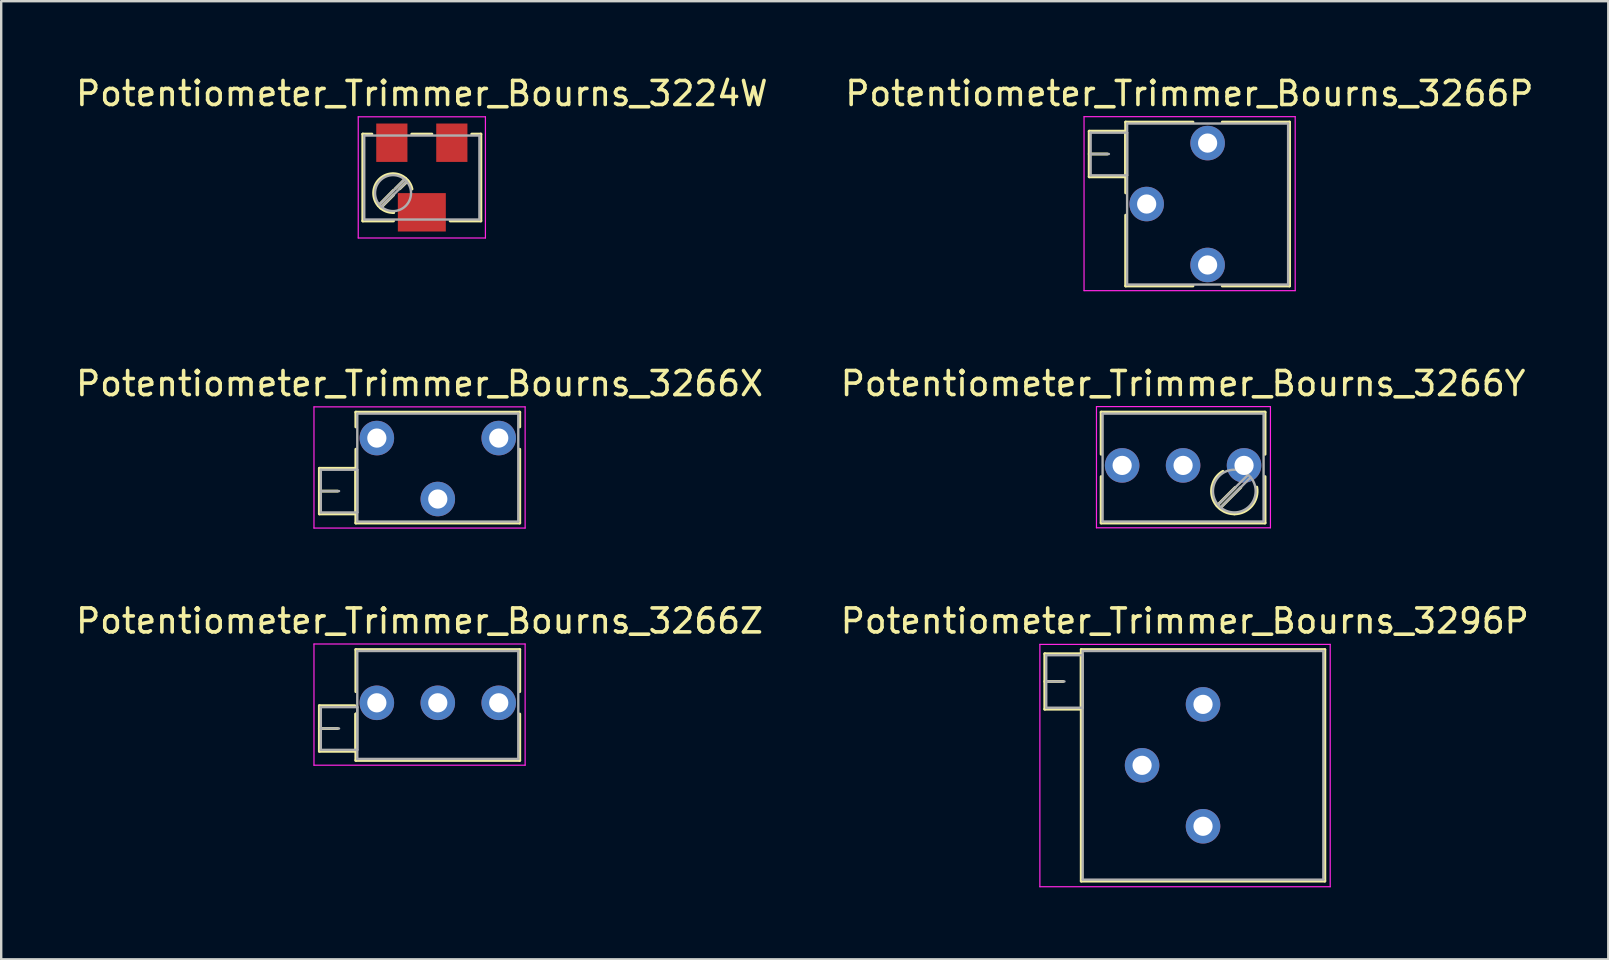
<source format=kicad_pcb>
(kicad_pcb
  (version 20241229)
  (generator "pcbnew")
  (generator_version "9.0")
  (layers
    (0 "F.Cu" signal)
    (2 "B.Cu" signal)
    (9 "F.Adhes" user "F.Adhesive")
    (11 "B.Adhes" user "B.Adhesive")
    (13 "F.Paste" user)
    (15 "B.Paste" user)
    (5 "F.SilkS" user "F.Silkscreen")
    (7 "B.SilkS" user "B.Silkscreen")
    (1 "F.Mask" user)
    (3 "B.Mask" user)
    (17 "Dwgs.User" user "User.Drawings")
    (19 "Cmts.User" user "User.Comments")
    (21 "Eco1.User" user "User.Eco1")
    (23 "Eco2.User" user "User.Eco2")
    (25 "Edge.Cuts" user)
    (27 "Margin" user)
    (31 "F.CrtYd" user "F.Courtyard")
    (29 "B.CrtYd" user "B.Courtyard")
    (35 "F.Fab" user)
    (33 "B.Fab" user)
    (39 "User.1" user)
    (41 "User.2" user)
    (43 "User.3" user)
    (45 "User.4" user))
  (footprint "Potentiometer_Trimmer_Bourns_3266Z"
    (layer "F.Cu")
    (at 17.735 26.24)
    (property "Reference" "Potentiometer_Trimmer_Bourns_3266Z" (at -3.3 -3.41 0) (layer "F.SilkS") (effects (font (size 1 1) (thickness 0.15))))
    (attr through_hole)
    (fp_line (start -7.475 0.12) (end -7.475 2.02) (stroke (width 0.12) (type solid)) (layer "F.SilkS"))
    (fp_line (start -7.475 0.12) (end -5.996 0.12) (stroke (width 0.12) (type solid)) (layer "F.SilkS"))
    (fp_line (start -7.475 1.07) (end -6.715 1.07) (stroke (width 0.12) (type solid)) (layer "F.SilkS"))
    (fp_line (start -7.475 2.02) (end -5.956 2.02) (stroke (width 0.12) (type solid)) (layer "F.SilkS"))
    (fp_line (start -5.956 0.466) (end -5.956 2.02) (stroke (width 0.12) (type solid)) (layer "F.SilkS"))
    (fp_line (start -5.955 -2.22) (end -5.955 -0.465) (stroke (width 0.12) (type solid)) (layer "F.SilkS"))
    (fp_line (start -5.955 -2.22) (end 0.875 -2.22) (stroke (width 0.12) (type solid)) (layer "F.SilkS"))
    (fp_line (start -5.955 0.466) (end -5.955 2.4) (stroke (width 0.12) (type solid)) (layer "F.SilkS"))
    (fp_line (start -5.955 2.4) (end 0.875 2.4) (stroke (width 0.12) (type solid)) (layer "F.SilkS"))
    (fp_line (start 0.875 -2.22) (end 0.875 -0.465) (stroke (width 0.12) (type solid)) (layer "F.SilkS"))
    (fp_line (start 0.875 0.466) (end 0.875 2.4) (stroke (width 0.12) (type solid)) (layer "F.SilkS"))
    (fp_line (start -7.7 -2.45) (end -7.7 2.6) (stroke (width 0.05) (type solid)) (layer "F.CrtYd"))
    (fp_line (start -7.7 2.6) (end 1.1 2.6) (stroke (width 0.05) (type solid)) (layer "F.CrtYd"))
    (fp_line (start 1.1 -2.45) (end -7.7 -2.45) (stroke (width 0.05) (type solid)) (layer "F.CrtYd"))
    (fp_line (start 1.1 2.6) (end 1.1 -2.45) (stroke (width 0.05) (type solid)) (layer "F.CrtYd"))
    (fp_line (start -7.415 0.18) (end -7.415 1.96) (stroke (width 0.1) (type solid)) (layer "F.Fab"))
    (fp_line (start -7.415 1.07) (end -6.655 1.07) (stroke (width 0.1) (type solid)) (layer "F.Fab"))
    (fp_line (start -7.415 1.96) (end -5.895 1.96) (stroke (width 0.1) (type solid)) (layer "F.Fab"))
    (fp_line (start -5.895 -2.16) (end -5.895 2.34) (stroke (width 0.1) (type solid)) (layer "F.Fab"))
    (fp_line (start -5.895 0.18) (end -7.415 0.18) (stroke (width 0.1) (type solid)) (layer "F.Fab"))
    (fp_line (start -5.895 1.96) (end -5.895 0.18) (stroke (width 0.1) (type solid)) (layer "F.Fab"))
    (fp_line (start -5.895 2.34) (end 0.815 2.34) (stroke (width 0.1) (type solid)) (layer "F.Fab"))
    (fp_line (start 0.815 -2.16) (end -5.895 -2.16) (stroke (width 0.1) (type solid)) (layer "F.Fab"))
    (fp_line (start 0.815 2.34) (end 0.815 -2.16) (stroke (width 0.1) (type solid)) (layer "F.Fab"))
    (pad "1" thru_hole circle (at 0 0) (size 1.44 1.44) (drill 0.8) (layers "*.Cu" "*.Mask"))
    (pad "2" thru_hole circle (at -2.54 0) (size 1.44 1.44) (drill 0.8) (layers "*.Cu" "*.Mask"))
    (pad "3" thru_hole circle (at -5.08 0) (size 1.44 1.44) (drill 0.8) (layers "*.Cu" "*.Mask")))
  (footprint "Potentiometer_Trimmer_Bourns_3266Y"
    (layer "F.Cu")
    (at 48.796 16.346)
    (property "Reference" "Potentiometer_Trimmer_Bourns_3266Y" (at -2.54 -3.41 0) (layer "F.SilkS") (effects (font (size 1 1) (thickness 0.15))))
    (attr through_hole)
    (fp_line (start -5.955 -2.22) (end -5.955 -0.465) (stroke (width 0.12) (type solid)) (layer "F.SilkS"))
    (fp_line (start -5.955 -2.22) (end 0.875 -2.22) (stroke (width 0.12) (type solid)) (layer "F.SilkS"))
    (fp_line (start -5.955 0.466) (end -5.955 2.4) (stroke (width 0.12) (type solid)) (layer "F.SilkS"))
    (fp_line (start -5.955 2.4) (end 0.875 2.4) (stroke (width 0.12) (type solid)) (layer "F.SilkS"))
    (fp_line (start -0.37 0.92) (end -1.125 1.675) (stroke (width 0.12) (type solid)) (layer "F.SilkS"))
    (fp_line (start -0.135 0.916) (end -1.009 1.791) (stroke (width 0.12) (type solid)) (layer "F.SilkS"))
    (fp_line (start 0.875 -2.22) (end 0.875 -0.465) (stroke (width 0.12) (type solid)) (layer "F.SilkS"))
    (fp_line (start 0.875 0.466) (end 0.875 2.4) (stroke (width 0.12) (type solid)) (layer "F.SilkS"))
    (fp_arc (start -0.388944 2.018737) (mid -1.319497 1.323089) (end -0.879 0.248) (stroke (width 0.12) (type solid)) (layer "F.SilkS"))
    (fp_arc (start 0.530567 0.905034) (mid 0.322742 1.680648) (end -0.405 2.02) (stroke (width 0.12) (type solid)) (layer "F.SilkS"))
    (fp_line (start -6.15 -2.45) (end -6.15 2.6) (stroke (width 0.05) (type solid)) (layer "F.CrtYd"))
    (fp_line (start -6.15 2.6) (end 1.1 2.6) (stroke (width 0.05) (type solid)) (layer "F.CrtYd"))
    (fp_line (start 1.1 -2.45) (end -6.15 -2.45) (stroke (width 0.05) (type solid)) (layer "F.CrtYd"))
    (fp_line (start 1.1 2.6) (end 1.1 -2.45) (stroke (width 0.05) (type solid)) (layer "F.CrtYd"))
    (fp_line (start -5.895 -2.16) (end -5.895 2.34) (stroke (width 0.1) (type solid)) (layer "F.Fab"))
    (fp_line (start -5.895 2.34) (end 0.815 2.34) (stroke (width 0.1) (type solid)) (layer "F.Fab"))
    (fp_line (start 0.162 0.396) (end -1.08 1.637) (stroke (width 0.1) (type solid)) (layer "F.Fab"))
    (fp_line (start 0.27 0.504) (end -0.971 1.745) (stroke (width 0.1) (type solid)) (layer "F.Fab"))
    (fp_line (start 0.815 -2.16) (end -5.895 -2.16) (stroke (width 0.1) (type solid)) (layer "F.Fab"))
    (fp_line (start 0.815 2.34) (end 0.815 -2.16) (stroke (width 0.1) (type solid)) (layer "F.Fab"))
    (fp_circle (center -0.405 1.07) (end 0.485 1.07) (stroke (width 0.1) (type solid)) (fill no) (layer "F.Fab"))
    (pad "1" thru_hole circle (at 0 0) (size 1.44 1.44) (drill 0.8) (layers "*.Cu" "*.Mask"))
    (pad "2" thru_hole circle (at -2.54 0) (size 1.44 1.44) (drill 0.8) (layers "*.Cu" "*.Mask"))
    (pad "3" thru_hole circle (at -5.08 0) (size 1.44 1.44) (drill 0.8) (layers "*.Cu" "*.Mask")))
  (footprint "Potentiometer_Trimmer_Bourns_3296P"
    (layer "F.Cu")
    (at 47.087 26.305)
    (property "Reference" "Potentiometer_Trimmer_Bourns_3296P" (at -0.76 -3.475 0) (layer "F.SilkS") (effects (font (size 1 1) (thickness 0.15))))
    (attr through_hole)
    (fp_line (start -6.595 -2.109) (end -6.595 0.2) (stroke (width 0.12) (type solid)) (layer "F.SilkS"))
    (fp_line (start -6.595 -2.109) (end -5.076 -2.109) (stroke (width 0.12) (type solid)) (layer "F.SilkS"))
    (fp_line (start -6.595 -0.955) (end -5.835 -0.955) (stroke (width 0.12) (type solid)) (layer "F.SilkS"))
    (fp_line (start -6.595 0.2) (end -5.076 0.2) (stroke (width 0.12) (type solid)) (layer "F.SilkS"))
    (fp_line (start -5.076 -2.109) (end -5.076 0.2) (stroke (width 0.12) (type solid)) (layer "F.SilkS"))
    (fp_line (start -5.075 -2.285) (end -5.075 7.365) (stroke (width 0.12) (type solid)) (layer "F.SilkS"))
    (fp_line (start -5.075 -2.285) (end 5.075 -2.285) (stroke (width 0.12) (type solid)) (layer "F.SilkS"))
    (fp_line (start -5.075 7.365) (end 5.075 7.365) (stroke (width 0.12) (type solid)) (layer "F.SilkS"))
    (fp_line (start 5.075 -2.285) (end 5.075 7.365) (stroke (width 0.12) (type solid)) (layer "F.SilkS"))
    (fp_line (start -6.8 -2.5) (end -6.8 7.6) (stroke (width 0.05) (type solid)) (layer "F.CrtYd"))
    (fp_line (start -6.8 7.6) (end 5.3 7.6) (stroke (width 0.05) (type solid)) (layer "F.CrtYd"))
    (fp_line (start 5.3 -2.5) (end -6.8 -2.5) (stroke (width 0.05) (type solid)) (layer "F.CrtYd"))
    (fp_line (start 5.3 7.6) (end 5.3 -2.5) (stroke (width 0.05) (type solid)) (layer "F.CrtYd"))
    (fp_line (start -6.535 -2.05) (end -6.535 0.14) (stroke (width 0.1) (type solid)) (layer "F.Fab"))
    (fp_line (start -6.535 -0.955) (end -5.775 -0.955) (stroke (width 0.1) (type solid)) (layer "F.Fab"))
    (fp_line (start -6.535 0.14) (end -5.015 0.14) (stroke (width 0.1) (type solid)) (layer "F.Fab"))
    (fp_line (start -5.015 -2.225) (end -5.015 7.305) (stroke (width 0.1) (type solid)) (layer "F.Fab"))
    (fp_line (start -5.015 -2.05) (end -6.535 -2.05) (stroke (width 0.1) (type solid)) (layer "F.Fab"))
    (fp_line (start -5.015 0.14) (end -5.015 -2.05) (stroke (width 0.1) (type solid)) (layer "F.Fab"))
    (fp_line (start -5.015 7.305) (end 5.015 7.305) (stroke (width 0.1) (type solid)) (layer "F.Fab"))
    (fp_line (start 5.015 -2.225) (end -5.015 -2.225) (stroke (width 0.1) (type solid)) (layer "F.Fab"))
    (fp_line (start 5.015 7.305) (end 5.015 -2.225) (stroke (width 0.1) (type solid)) (layer "F.Fab"))
    (pad "1" thru_hole circle (at 0 0) (size 1.44 1.44) (drill 0.8) (layers "*.Cu" "*.Mask"))
    (pad "2" thru_hole circle (at -2.54 2.54) (size 1.44 1.44) (drill 0.8) (layers "*.Cu" "*.Mask"))
    (pad "3" thru_hole circle (at 0 5.08) (size 1.44 1.44) (drill 0.8) (layers "*.Cu" "*.Mask")))
  (footprint "Potentiometer_Trimmer_Bourns_3224W"
    (layer "F.Cu")
    (at 14.53 4.348)
    (property "Reference" "Potentiometer_Trimmer_Bourns_3224W" (at 0 -3.5 0) (layer "F.SilkS") (effects (font (size 1 1) (thickness 0.15))))
    (attr smd)
    (fp_line (start -2.46 -1.81) (end -2.46 1.81) (stroke (width 0.12) (type solid)) (layer "F.SilkS"))
    (fp_line (start -2.46 -1.81) (end -2.08 -1.81) (stroke (width 0.12) (type solid)) (layer "F.SilkS"))
    (fp_line (start -2.46 1.81) (end -1.18 1.81) (stroke (width 0.12) (type solid)) (layer "F.SilkS"))
    (fp_line (start -1.18 0.53) (end -1.81 1.17) (stroke (width 0.12) (type solid)) (layer "F.SilkS"))
    (fp_line (start -1.18 0.73) (end -1.72 1.27) (stroke (width 0.12) (type solid)) (layer "F.SilkS"))
    (fp_line (start -0.68 0.04) (end -1.11 0.47) (stroke (width 0.12) (type solid)) (layer "F.SilkS"))
    (fp_line (start -0.58 0.14) (end -0.92 0.47) (stroke (width 0.12) (type solid)) (layer "F.SilkS"))
    (fp_line (start -0.42 -1.81) (end 0.42 -1.81) (stroke (width 0.12) (type solid)) (layer "F.SilkS"))
    (fp_line (start 1.18 1.81) (end 2.46 1.81) (stroke (width 0.12) (type solid)) (layer "F.SilkS"))
    (fp_line (start 2.08 -1.81) (end 2.46 -1.81) (stroke (width 0.12) (type solid)) (layer "F.SilkS"))
    (fp_line (start 2.46 -1.81) (end 2.46 1.81) (stroke (width 0.12) (type solid)) (layer "F.SilkS"))
    (fp_arc (start -1.183862 1.457923) (mid -1.833678 0.14855) (end -0.41 0.48) (stroke (width 0.12) (type solid)) (layer "F.SilkS"))
    (fp_arc (start -1.171731 1.459507) (mid -1.185863 1.459877) (end -1.2 1.46) (stroke (width 0.12) (type solid)) (layer "F.SilkS"))
    (fp_line (start -2.65 -2.53) (end -2.65 2.52) (stroke (width 0.05) (type solid)) (layer "F.CrtYd"))
    (fp_line (start -2.65 2.52) (end 2.65 2.52) (stroke (width 0.05) (type solid)) (layer "F.CrtYd"))
    (fp_line (start 2.65 -2.53) (end -2.65 -2.53) (stroke (width 0.05) (type solid)) (layer "F.CrtYd"))
    (fp_line (start 2.65 2.52) (end 2.65 -2.53) (stroke (width 0.05) (type solid)) (layer "F.CrtYd"))
    (fp_line (start -2.4 -1.75) (end -2.4 1.75) (stroke (width 0.1) (type solid)) (layer "F.Fab"))
    (fp_line (start -2.4 1.75) (end 2.4 1.75) (stroke (width 0.1) (type solid)) (layer "F.Fab"))
    (fp_line (start -0.72 0.08) (end -1.77 1.13) (stroke (width 0.1) (type solid)) (layer "F.Fab"))
    (fp_line (start -0.63 0.17) (end -1.68 1.22) (stroke (width 0.1) (type solid)) (layer "F.Fab"))
    (fp_line (start 2.4 -1.75) (end -2.4 -1.75) (stroke (width 0.1) (type solid)) (layer "F.Fab"))
    (fp_line (start 2.4 1.75) (end 2.4 -1.75) (stroke (width 0.1) (type solid)) (layer "F.Fab"))
    (fp_circle (center -1.2 0.65) (end -0.45 0.65) (stroke (width 0.1) (type solid)) (fill no) (layer "F.Fab"))
    (pad "1" smd rect (at 1.25 -1.45) (size 1.3 1.6) (layers "F.Cu" "F.Mask"))
    (pad "2" smd rect (at 0 1.45) (size 2 1.6) (layers "F.Cu" "F.Mask"))
    (pad "3" smd rect (at -1.25 -1.45) (size 1.3 1.6) (layers "F.Cu" "F.Mask")))
  (footprint "Potentiometer_Trimmer_Bourns_3266P"
    (layer "F.Cu")
    (at 47.278 2.913)
    (property "Reference" "Potentiometer_Trimmer_Bourns_3266P" (at -0.76 -2.065 0) (layer "F.SilkS") (effects (font (size 1 1) (thickness 0.15))))
    (attr through_hole)
    (fp_line (start -4.935 -0.495) (end -4.935 1.405) (stroke (width 0.12) (type solid)) (layer "F.SilkS"))
    (fp_line (start -4.935 -0.495) (end -3.416 -0.495) (stroke (width 0.12) (type solid)) (layer "F.SilkS"))
    (fp_line (start -4.935 0.455) (end -4.175 0.455) (stroke (width 0.12) (type solid)) (layer "F.SilkS"))
    (fp_line (start -4.935 1.405) (end -3.416 1.405) (stroke (width 0.12) (type solid)) (layer "F.SilkS"))
    (fp_line (start -3.416 -0.495) (end -3.416 1.405) (stroke (width 0.12) (type solid)) (layer "F.SilkS"))
    (fp_line (start -3.415 -0.875) (end -3.415 2.075) (stroke (width 0.12) (type solid)) (layer "F.SilkS"))
    (fp_line (start -3.415 -0.875) (end -0.61 -0.875) (stroke (width 0.12) (type solid)) (layer "F.SilkS"))
    (fp_line (start -3.415 3.005) (end -3.415 5.955) (stroke (width 0.12) (type solid)) (layer "F.SilkS"))
    (fp_line (start -3.415 5.955) (end -0.61 5.955) (stroke (width 0.12) (type solid)) (layer "F.SilkS"))
    (fp_line (start 0.611 -0.875) (end 3.415 -0.875) (stroke (width 0.12) (type solid)) (layer "F.SilkS"))
    (fp_line (start 0.611 5.955) (end 3.415 5.955) (stroke (width 0.12) (type solid)) (layer "F.SilkS"))
    (fp_line (start 3.415 -0.875) (end 3.415 5.955) (stroke (width 0.12) (type solid)) (layer "F.SilkS"))
    (fp_line (start -5.15 -1.1) (end -5.15 6.15) (stroke (width 0.05) (type solid)) (layer "F.CrtYd"))
    (fp_line (start -5.15 6.15) (end 3.65 6.15) (stroke (width 0.05) (type solid)) (layer "F.CrtYd"))
    (fp_line (start 3.65 -1.1) (end -5.15 -1.1) (stroke (width 0.05) (type solid)) (layer "F.CrtYd"))
    (fp_line (start 3.65 6.15) (end 3.65 -1.1) (stroke (width 0.05) (type solid)) (layer "F.CrtYd"))
    (fp_line (start -4.875 -0.435) (end -4.875 1.345) (stroke (width 0.1) (type solid)) (layer "F.Fab"))
    (fp_line (start -4.875 0.455) (end -4.115 0.455) (stroke (width 0.1) (type solid)) (layer "F.Fab"))
    (fp_line (start -4.875 1.345) (end -3.355 1.345) (stroke (width 0.1) (type solid)) (layer "F.Fab"))
    (fp_line (start -3.355 -0.815) (end -3.355 5.895) (stroke (width 0.1) (type solid)) (layer "F.Fab"))
    (fp_line (start -3.355 -0.435) (end -4.875 -0.435) (stroke (width 0.1) (type solid)) (layer "F.Fab"))
    (fp_line (start -3.355 1.345) (end -3.355 -0.435) (stroke (width 0.1) (type solid)) (layer "F.Fab"))
    (fp_line (start -3.355 5.895) (end 3.355 5.895) (stroke (width 0.1) (type solid)) (layer "F.Fab"))
    (fp_line (start 3.355 -0.815) (end -3.355 -0.815) (stroke (width 0.1) (type solid)) (layer "F.Fab"))
    (fp_line (start 3.355 5.895) (end 3.355 -0.815) (stroke (width 0.1) (type solid)) (layer "F.Fab"))
    (pad "1" thru_hole circle (at 0 0) (size 1.44 1.44) (drill 0.8) (layers "*.Cu" "*.Mask"))
    (pad "2" thru_hole circle (at -2.54 2.54) (size 1.44 1.44) (drill 0.8) (layers "*.Cu" "*.Mask"))
    (pad "3" thru_hole circle (at 0 5.08) (size 1.44 1.44) (drill 0.8) (layers "*.Cu" "*.Mask")))
  (footprint "Potentiometer_Trimmer_Bourns_3266X"
    (layer "F.Cu")
    (at 17.735 15.207)
    (property "Reference" "Potentiometer_Trimmer_Bourns_3266X" (at -3.3 -2.27 0) (layer "F.SilkS") (effects (font (size 1 1) (thickness 0.15))))
    (attr through_hole)
    (fp_line (start -7.475 1.26) (end -7.475 3.16) (stroke (width 0.12) (type solid)) (layer "F.SilkS"))
    (fp_line (start -7.475 1.26) (end -5.956 1.26) (stroke (width 0.12) (type solid)) (layer "F.SilkS"))
    (fp_line (start -7.475 2.21) (end -6.715 2.21) (stroke (width 0.12) (type solid)) (layer "F.SilkS"))
    (fp_line (start -7.475 3.16) (end -5.956 3.16) (stroke (width 0.12) (type solid)) (layer "F.SilkS"))
    (fp_line (start -5.956 1.26) (end -5.956 3.16) (stroke (width 0.12) (type solid)) (layer "F.SilkS"))
    (fp_line (start -5.955 -1.08) (end -5.955 -0.465) (stroke (width 0.12) (type solid)) (layer "F.SilkS"))
    (fp_line (start -5.955 -1.08) (end 0.875 -1.08) (stroke (width 0.12) (type solid)) (layer "F.SilkS"))
    (fp_line (start -5.955 0.465) (end -5.955 3.54) (stroke (width 0.12) (type solid)) (layer "F.SilkS"))
    (fp_line (start -5.955 3.54) (end 0.875 3.54) (stroke (width 0.12) (type solid)) (layer "F.SilkS"))
    (fp_line (start 0.875 -1.08) (end 0.875 -0.465) (stroke (width 0.12) (type solid)) (layer "F.SilkS"))
    (fp_line (start 0.875 0.465) (end 0.875 3.54) (stroke (width 0.12) (type solid)) (layer "F.SilkS"))
    (fp_line (start -7.7 -1.3) (end -7.7 3.75) (stroke (width 0.05) (type solid)) (layer "F.CrtYd"))
    (fp_line (start -7.7 3.75) (end 1.1 3.75) (stroke (width 0.05) (type solid)) (layer "F.CrtYd"))
    (fp_line (start 1.1 -1.3) (end -7.7 -1.3) (stroke (width 0.05) (type solid)) (layer "F.CrtYd"))
    (fp_line (start 1.1 3.75) (end 1.1 -1.3) (stroke (width 0.05) (type solid)) (layer "F.CrtYd"))
    (fp_line (start -7.415 1.32) (end -7.415 3.1) (stroke (width 0.1) (type solid)) (layer "F.Fab"))
    (fp_line (start -7.415 2.21) (end -6.655 2.21) (stroke (width 0.1) (type solid)) (layer "F.Fab"))
    (fp_line (start -7.415 3.1) (end -5.895 3.1) (stroke (width 0.1) (type solid)) (layer "F.Fab"))
    (fp_line (start -5.895 -1.02) (end -5.895 3.48) (stroke (width 0.1) (type solid)) (layer "F.Fab"))
    (fp_line (start -5.895 1.32) (end -7.415 1.32) (stroke (width 0.1) (type solid)) (layer "F.Fab"))
    (fp_line (start -5.895 3.1) (end -5.895 1.32) (stroke (width 0.1) (type solid)) (layer "F.Fab"))
    (fp_line (start -5.895 3.48) (end 0.815 3.48) (stroke (width 0.1) (type solid)) (layer "F.Fab"))
    (fp_line (start 0.815 -1.02) (end -5.895 -1.02) (stroke (width 0.1) (type solid)) (layer "F.Fab"))
    (fp_line (start 0.815 3.48) (end 0.815 -1.02) (stroke (width 0.1) (type solid)) (layer "F.Fab"))
    (pad "1" thru_hole circle (at 0 0) (size 1.44 1.44) (drill 0.8) (layers "*.Cu" "*.Mask"))
    (pad "2" thru_hole circle (at -2.54 2.54) (size 1.44 1.44) (drill 0.8) (layers "*.Cu" "*.Mask"))
    (pad "3" thru_hole circle (at -5.08 0) (size 1.44 1.44) (drill 0.8) (layers "*.Cu" "*.Mask")))
  (gr_rect
    (start -3 -3)
    (end 63.976 36.93)
    (stroke (width 0.1) (type default))
    (fill no)
    (layer "Edge.Cuts")))
</source>
